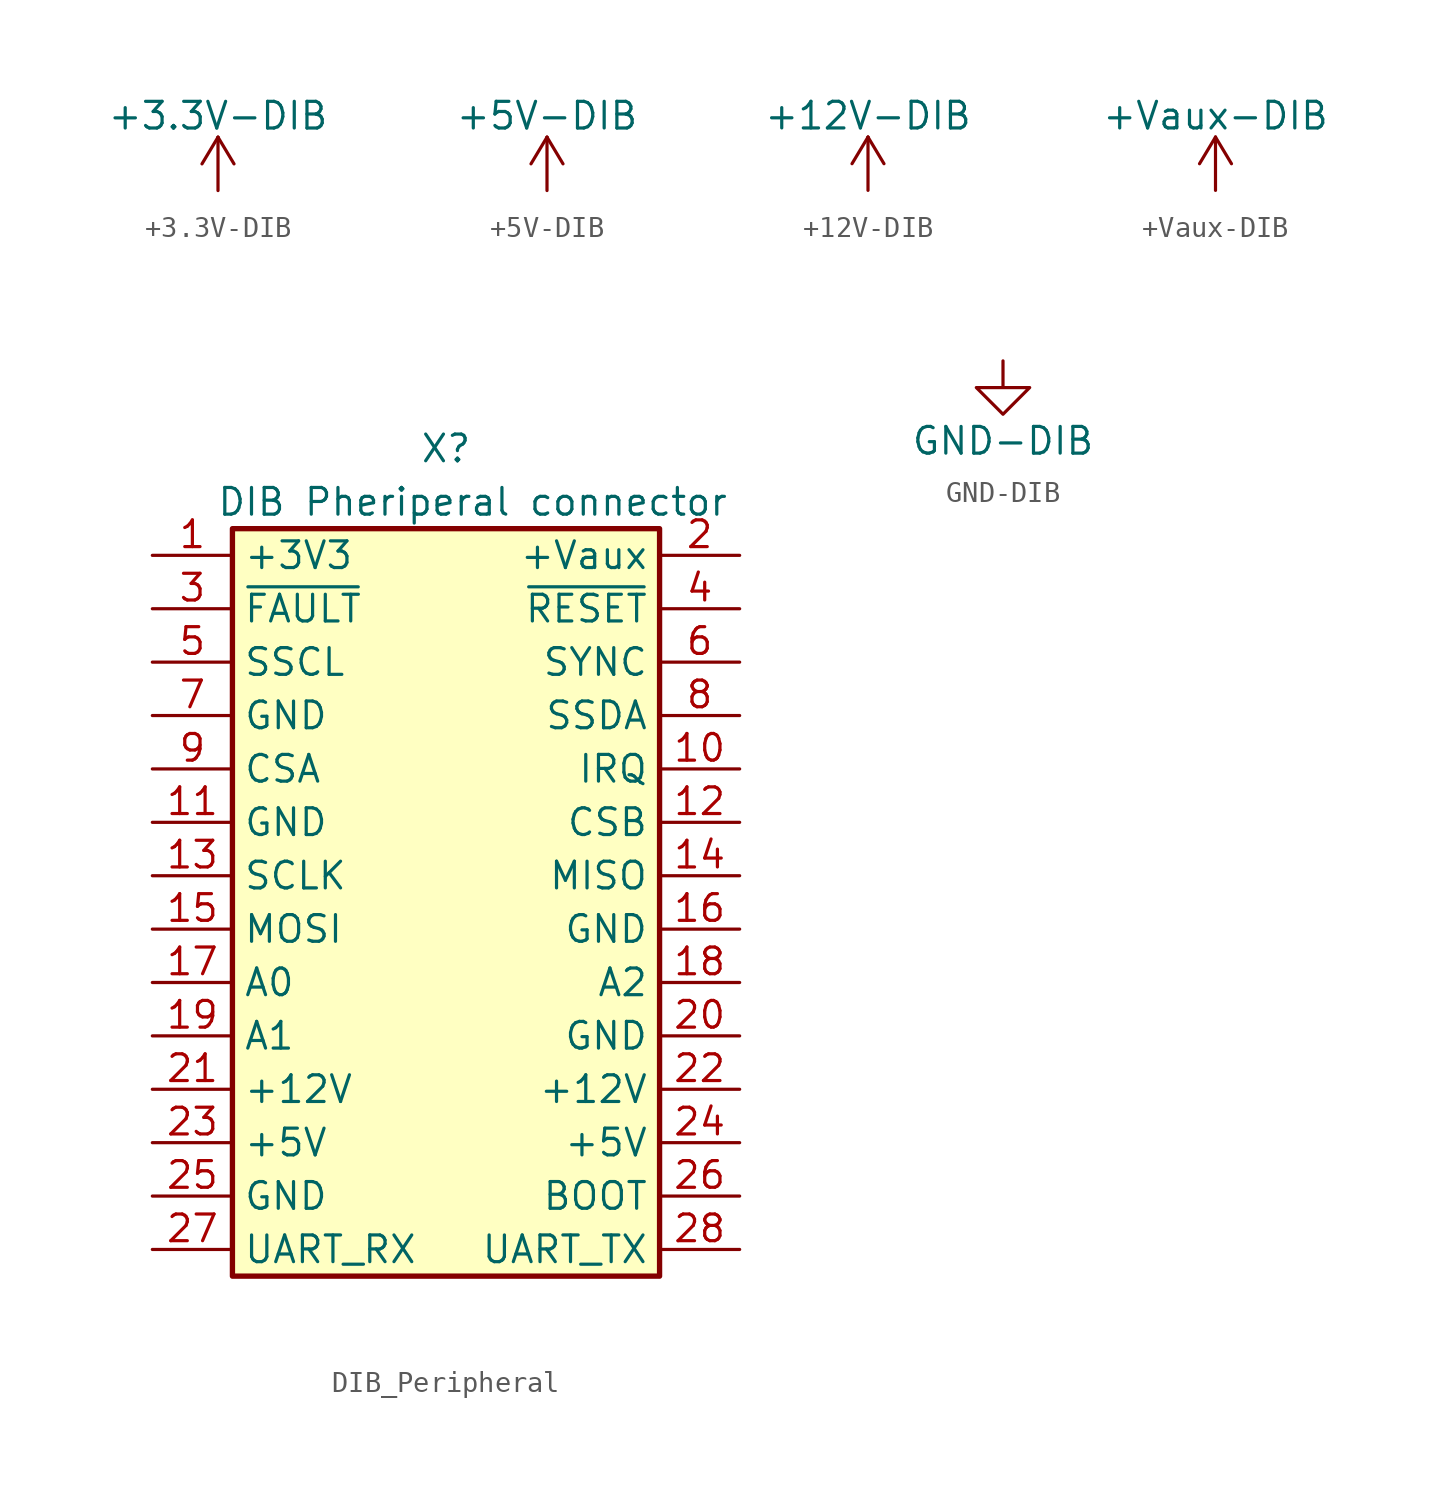
<source format=kicad_sym>
(kicad_symbol_lib
  (version 20220914)
  (generator kicad_symbol_editor)
  (symbol "+3.3V-DIB"
    (power)
    (pin_names
      (offset 0))
    (property "Reference" "#PWR"
      (at 0 -3.81 0)
      (effects (font (size 1.27 1.27)) hide))
    (property "Value" "+3.3V-DIB"
      (at 0 3.556 0)
      (effects (font (size 1.27 1.27))))
    (symbol "+3.3V-DIB_0_1"
      (polyline (pts (xy -0.762 1.27) (xy 0 2.54)) (stroke (width 0) (type default)) (fill (type none)))
      (polyline (pts (xy 0 0) (xy 0 2.54)) (stroke (width 0) (type default)) (fill (type none)))
      (polyline (pts (xy 0 2.54) (xy 0.762 1.27)) (stroke (width 0) (type default)) (fill (type none))))
    (symbol "+3.3V-DIB_1_1"
      (pin power_in line (at 0 0 90) (length 0) hide (name "+3.3V-DIB" (effects (font (size 1.27 1.27)))) (number "1" (effects (font (size 1.27 1.27)))))))
  (symbol "+5V-DIB"
    (power)
    (pin_names
      (offset 0))
    (property "Reference" "#PWR"
      (at 0 -3.81 0)
      (effects (font (size 1.27 1.27)) hide))
    (property "Value" "+5V-DIB"
      (at 0 3.556 0)
      (effects (font (size 1.27 1.27))))
    (symbol "+5V-DIB_0_1"
      (polyline (pts (xy -0.762 1.27) (xy 0 2.54)) (stroke (width 0) (type default)) (fill (type none)))
      (polyline (pts (xy 0 0) (xy 0 2.54)) (stroke (width 0) (type default)) (fill (type none)))
      (polyline (pts (xy 0 2.54) (xy 0.762 1.27)) (stroke (width 0) (type default)) (fill (type none))))
    (symbol "+5V-DIB_1_1"
      (pin power_in line (at 0 0 90) (length 0) hide (name "+5V-DIB" (effects (font (size 1.27 1.27)))) (number "1" (effects (font (size 1.27 1.27)))))))
  (symbol "+12V-DIB"
    (power)
    (pin_names
      (offset 0))
    (property "Reference" "#PWR"
      (at 0 -3.81 0)
      (effects (font (size 1.27 1.27)) hide))
    (property "Value" "+12V-DIB"
      (at 0 3.556 0)
      (effects (font (size 1.27 1.27))))
    (symbol "+12V-DIB_0_1"
      (polyline (pts (xy -0.762 1.27) (xy 0 2.54)) (stroke (width 0) (type default)) (fill (type none)))
      (polyline (pts (xy 0 0) (xy 0 2.54)) (stroke (width 0) (type default)) (fill (type none)))
      (polyline (pts (xy 0 2.54) (xy 0.762 1.27)) (stroke (width 0) (type default)) (fill (type none))))
    (symbol "+12V-DIB_1_1"
      (pin power_in line (at 0 0 90) (length 0) hide (name "+12V-DIB" (effects (font (size 1.27 1.27)))) (number "1" (effects (font (size 1.27 1.27)))))))
  (symbol "+Vaux-DIB"
    (power)
    (pin_names
      (offset 0))
    (property "Reference" "#PWR"
      (at 0 -3.81 0)
      (effects (font (size 1.27 1.27)) hide))
    (property "Value" "+Vaux-DIB"
      (at 0 3.556 0)
      (effects (font (size 1.27 1.27))))
    (symbol "+Vaux-DIB_0_1"
      (polyline (pts (xy -0.762 1.27) (xy 0 2.54)) (stroke (width 0) (type default)) (fill (type none)))
      (polyline (pts (xy 0 0) (xy 0 2.54)) (stroke (width 0) (type default)) (fill (type none)))
      (polyline (pts (xy 0 2.54) (xy 0.762 1.27)) (stroke (width 0) (type default)) (fill (type none))))
    (symbol "+Vaux-DIB_1_1"
      (pin power_in line (at 0 0 90) (length 0) hide (name "+Vaux-DIB" (effects (font (size 1.27 1.27)))) (number "1" (effects (font (size 1.27 1.27)))))))
  (symbol "DIB_Peripheral"
    (property "Reference" "X"
      (at 13.97 5.08 0)
      (effects (font (size 1.27 1.27))))
    (property "Value" "DIB Pheriperal connector "
      (at 15.24 2.54 0)
      (effects (font (size 1.27 1.27))))
    (symbol "DIB_Peripheral_1_1"
      (rectangle (start 3.81 1.27) (end 24.13 -34.29) (stroke (width 0.254) (type default)) (fill (type background)))
      (pin power_out line (at 0 0 0) (length 3.81) (name "+3V3" (effects (font (size 1.27 1.27)))) (number "1" (effects (font (size 1.27 1.27)))))
      (pin input line (at 27.94 -10.16 180) (length 3.81) (name "IRQ" (effects (font (size 1.27 1.27)))) (number "10" (effects (font (size 1.27 1.27)))))
      (pin passive line (at 0 -12.7 0) (length 3.81) (name "GND" (effects (font (size 1.27 1.27)))) (number "11" (effects (font (size 1.27 1.27)))))
      (pin output line (at 27.94 -12.7 180) (length 3.81) (name "CSB" (effects (font (size 1.27 1.27)))) (number "12" (effects (font (size 1.27 1.27)))))
      (pin output line (at 0 -15.24 0) (length 3.81) (name "SCLK" (effects (font (size 1.27 1.27)))) (number "13" (effects (font (size 1.27 1.27)))))
      (pin input line (at 27.94 -15.24 180) (length 3.81) (name "MISO" (effects (font (size 1.27 1.27)))) (number "14" (effects (font (size 1.27 1.27)))))
      (pin output line (at 0 -17.78 0) (length 3.81) (name "MOSI" (effects (font (size 1.27 1.27)))) (number "15" (effects (font (size 1.27 1.27)))))
      (pin passive line (at 27.94 -17.78 180) (length 3.81) (name "GND" (effects (font (size 1.27 1.27)))) (number "16" (effects (font (size 1.27 1.27)))))
      (pin output line (at 0 -20.32 0) (length 3.81) (name "A0" (effects (font (size 1.27 1.27)))) (number "17" (effects (font (size 1.27 1.27)))))
      (pin output line (at 27.94 -20.32 180) (length 3.81) (name "A2" (effects (font (size 1.27 1.27)))) (number "18" (effects (font (size 1.27 1.27)))))
      (pin output line (at 0 -22.86 0) (length 3.81) (name "A1" (effects (font (size 1.27 1.27)))) (number "19" (effects (font (size 1.27 1.27)))))
      (pin power_out line (at 27.94 0 180) (length 3.81) (name "+Vaux" (effects (font (size 1.27 1.27)))) (number "2" (effects (font (size 1.27 1.27)))))
      (pin passive line (at 27.94 -22.86 180) (length 3.81) (name "GND" (effects (font (size 1.27 1.27)))) (number "20" (effects (font (size 1.27 1.27)))))
      (pin power_out line (at 0 -25.4 0) (length 3.81) (name "+12V" (effects (font (size 1.27 1.27)))) (number "21" (effects (font (size 1.27 1.27)))))
      (pin passive line (at 27.94 -25.4 180) (length 3.81) (name "+12V" (effects (font (size 1.27 1.27)))) (number "22" (effects (font (size 1.27 1.27)))))
      (pin power_out line (at 0 -27.94 0) (length 3.81) (name "+5V" (effects (font (size 1.27 1.27)))) (number "23" (effects (font (size 1.27 1.27)))))
      (pin passive line (at 27.94 -27.94 180) (length 3.81) (name "+5V" (effects (font (size 1.27 1.27)))) (number "24" (effects (font (size 1.27 1.27)))))
      (pin passive line (at 0 -30.48 0) (length 3.81) (name "GND" (effects (font (size 1.27 1.27)))) (number "25" (effects (font (size 1.27 1.27)))))
      (pin output line (at 27.94 -30.48 180) (length 3.81) (name "BOOT" (effects (font (size 1.27 1.27)))) (number "26" (effects (font (size 1.27 1.27)))))
      (pin input line (at 0 -33.02 0) (length 3.81) (name "UART_RX" (effects (font (size 1.27 1.27)))) (number "27" (effects (font (size 1.27 1.27)))))
      (pin output line (at 27.94 -33.02 180) (length 3.81) (name "UART_TX" (effects (font (size 1.27 1.27)))) (number "28" (effects (font (size 1.27 1.27)))))
      (pin bidirectional line (at 0 -2.54 0) (length 3.81) (name "~{FAULT}" (effects (font (size 1.27 1.27)))) (number "3" (effects (font (size 1.27 1.27)))))
      (pin output line (at 27.94 -2.54 180) (length 3.81) (name "~{RESET}" (effects (font (size 1.27 1.27)))) (number "4" (effects (font (size 1.27 1.27)))))
      (pin output line (at 0 -5.08 0) (length 3.81) (name "SSCL" (effects (font (size 1.27 1.27)))) (number "5" (effects (font (size 1.27 1.27)))))
      (pin output line (at 27.94 -5.08 180) (length 3.81) (name "SYNC" (effects (font (size 1.27 1.27)))) (number "6" (effects (font (size 1.27 1.27)))))
      (pin power_out line (at 0 -7.62 0) (length 3.81) (name "GND" (effects (font (size 1.27 1.27)))) (number "7" (effects (font (size 1.27 1.27)))))
      (pin bidirectional line (at 27.94 -7.62 180) (length 3.81) (name "SSDA" (effects (font (size 1.27 1.27)))) (number "8" (effects (font (size 1.27 1.27)))))
      (pin output line (at 0 -10.16 0) (length 3.81) (name "CSA" (effects (font (size 1.27 1.27)))) (number "9" (effects (font (size 1.27 1.27)))))))
  (symbol "GND-DIB"
    (power)
    (pin_names
      (offset 0))
    (property "Reference" "#PWR"
      (at 0 -6.35 0)
      (effects (font (size 1.27 1.27)) hide))
    (property "Value" "GND-DIB"
      (at 0 -3.81 0)
      (effects (font (size 1.27 1.27))))
    (symbol "GND-DIB_0_1"
      (polyline (pts (xy 0 0) (xy 0 -1.27) (xy 1.27 -1.27) (xy 0 -2.54) (xy -1.27 -1.27) (xy 0 -1.27)) (stroke (width 0) (type default)) (fill (type none))))
    (symbol "GND-DIB_1_1"
      (pin power_in line (at 0 0 270) (length 0) hide (name "GND-DIB" (effects (font (size 1.27 1.27)))) (number "1" (effects (font (size 1.27 1.27))))))))
</source>
